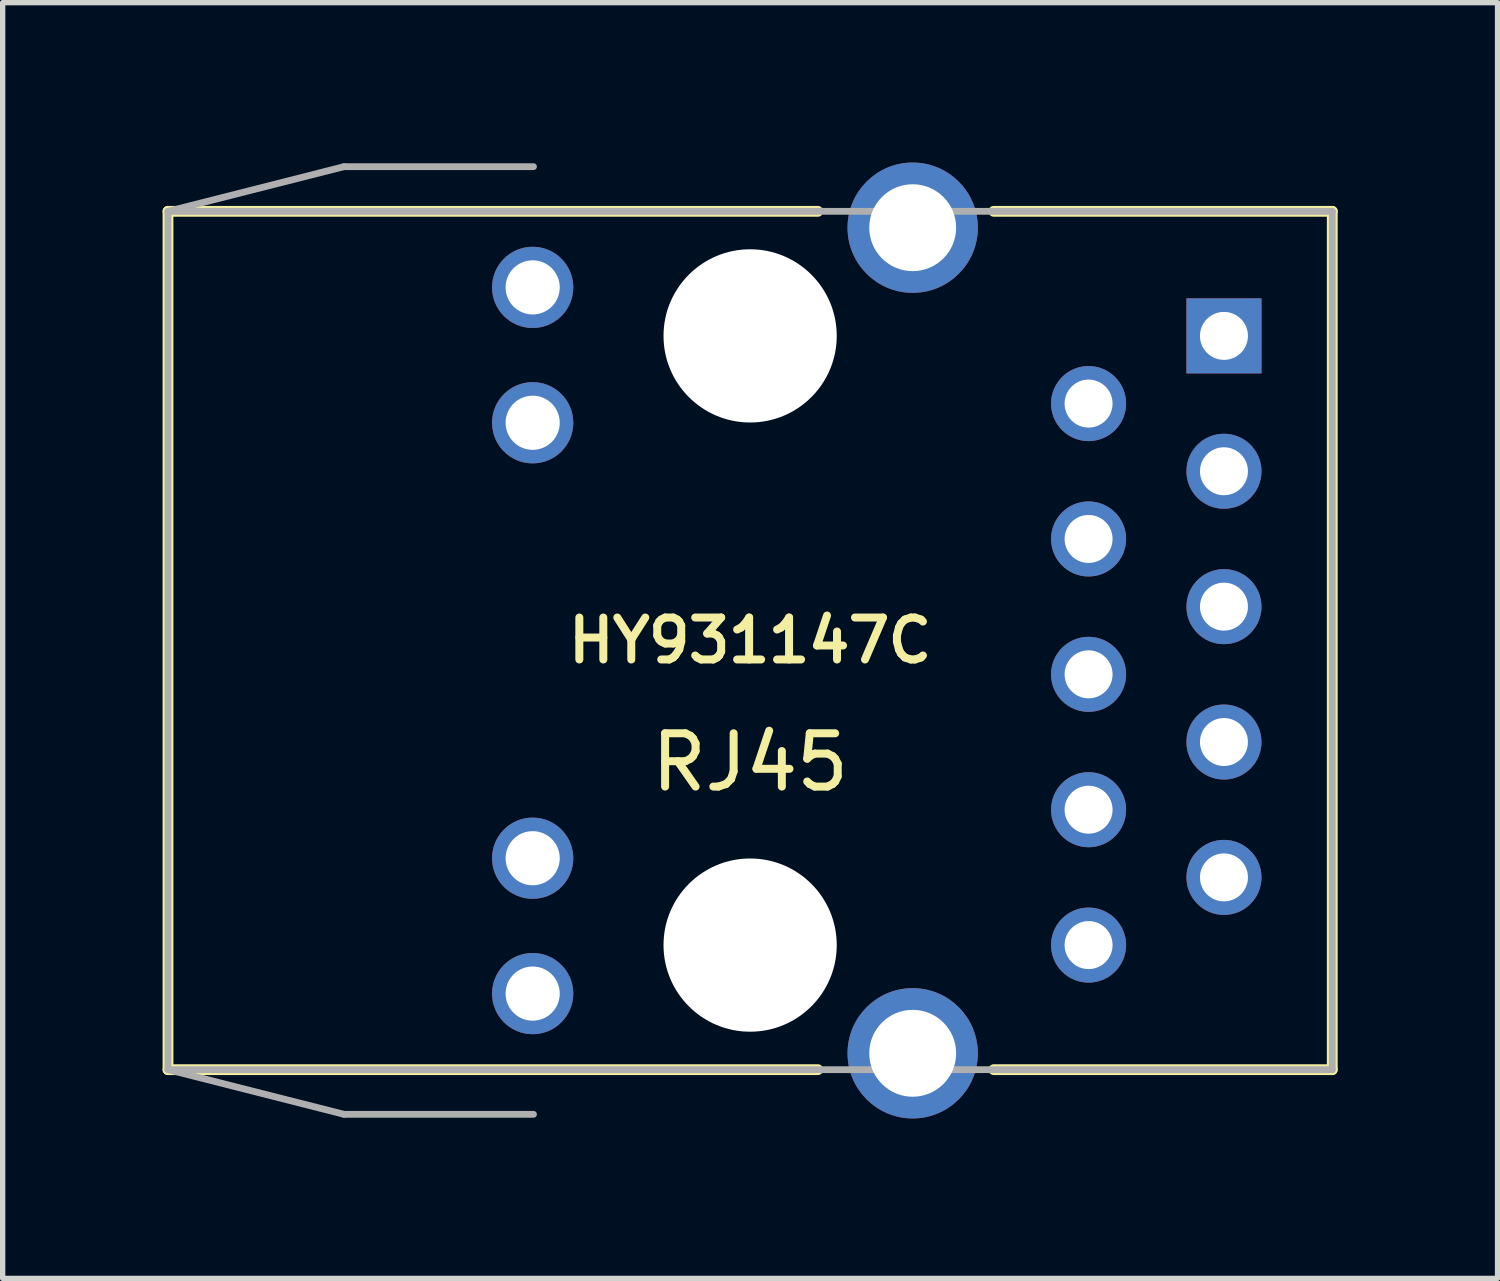
<source format=kicad_pcb>
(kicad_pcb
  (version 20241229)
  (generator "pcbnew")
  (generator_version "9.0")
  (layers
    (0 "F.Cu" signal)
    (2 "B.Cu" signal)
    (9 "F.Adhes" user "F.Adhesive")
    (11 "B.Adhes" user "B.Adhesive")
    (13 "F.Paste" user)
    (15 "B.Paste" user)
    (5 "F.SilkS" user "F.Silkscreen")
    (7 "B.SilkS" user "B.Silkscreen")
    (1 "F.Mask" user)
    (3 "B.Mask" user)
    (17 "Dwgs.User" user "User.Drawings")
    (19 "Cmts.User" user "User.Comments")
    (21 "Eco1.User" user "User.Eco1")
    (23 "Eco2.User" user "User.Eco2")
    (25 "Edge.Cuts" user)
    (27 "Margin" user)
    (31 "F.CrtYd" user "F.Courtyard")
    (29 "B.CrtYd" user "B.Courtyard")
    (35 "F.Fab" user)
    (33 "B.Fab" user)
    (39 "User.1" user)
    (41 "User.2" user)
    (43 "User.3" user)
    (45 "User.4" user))
  (footprint "HY931147C"
    (layer "F.Cu")
    (at 11.024 8.967)
    (property "Reference" "HY931147C" (at 0 0 0) (layer "F.SilkS") (effects (font (size 0.787 0.787) (thickness 0.15))))
    (attr through_hole)
    (fp_line (start -10.922 -8.052) (end -10.922 8.052) (stroke (width 0.203) (type solid)) (layer "F.SilkS"))
    (fp_line (start -10.922 -8.052) (end 1.27 -8.052) (stroke (width 0.203) (type solid)) (layer "F.SilkS"))
    (fp_line (start -10.922 8.052) (end 1.27 8.052) (stroke (width 0.203) (type solid)) (layer "F.SilkS"))
    (fp_line (start 4.572 -8.052) (end 10.922 -8.052) (stroke (width 0.203) (type solid)) (layer "F.SilkS"))
    (fp_line (start 4.572 8.052) (end 10.922 8.052) (stroke (width 0.203) (type solid)) (layer "F.SilkS"))
    (fp_line (start 10.922 -8.052) (end 10.922 8.052) (stroke (width 0.203) (type solid)) (layer "F.SilkS"))
    (fp_line (start -10.922 -8.052) (end -10.922 8.052) (stroke (width 0.127) (type solid)) (layer "F.Fab"))
    (fp_line (start -10.922 -8.052) (end 10.922 -8.052) (stroke (width 0.127) (type solid)) (layer "F.Fab"))
    (fp_line (start -10.922 8.052) (end 10.922 8.052) (stroke (width 0.127) (type solid)) (layer "F.Fab"))
    (fp_line (start -7.62 -8.89) (end -10.922 -8.052) (stroke (width 0.127) (type solid)) (layer "F.Fab"))
    (fp_line (start -7.62 -8.89) (end -4.064 -8.89) (stroke (width 0.127) (type solid)) (layer "F.Fab"))
    (fp_line (start -7.62 8.89) (end -10.922 8.052) (stroke (width 0.127) (type solid)) (layer "F.Fab"))
    (fp_line (start -7.62 8.89) (end -4.064 8.89) (stroke (width 0.127) (type solid)) (layer "F.Fab"))
    (fp_line (start 10.922 -8.052) (end 10.922 8.052) (stroke (width 0.127) (type solid)) (layer "F.Fab"))
    (fp_text user "RJ45" (at 0 2.286 0) (layer "F.SilkS") (effects (font (size 1 1) (thickness 0.15))))
    (pad "" np_thru_hole circle (at 0 -5.715) (size 3.25 3.25) (drill 3.25) (layers "*.Cu" "*.Mask"))
    (pad "" np_thru_hole circle (at 0 5.715) (size 3.25 3.25) (drill 3.25) (layers "*.Cu" "*.Mask"))
    (pad "GND1" thru_hole circle (at 3.05 -7.745) (size 2.445 2.445) (drill 1.63) (layers "*.Cu" "*.Mask"))
    (pad "GND2" thru_hole circle (at 3.05 7.745) (size 2.445 2.445) (drill 1.63) (layers "*.Cu" "*.Mask"))
    (pad "P$1" thru_hole rect (at 8.89 -5.715) (size 1.408 1.408) (drill 0.9) (layers "*.Cu" "*.Mask"))
    (pad "P$2" thru_hole circle (at 6.35 -4.445) (size 1.408 1.408) (drill 0.9) (layers "*.Cu" "*.Mask"))
    (pad "P$3" thru_hole circle (at 8.89 -3.175) (size 1.408 1.408) (drill 0.9) (layers "*.Cu" "*.Mask"))
    (pad "P$4" thru_hole circle (at 6.35 -1.905) (size 1.408 1.408) (drill 0.9) (layers "*.Cu" "*.Mask"))
    (pad "P$5" thru_hole circle (at 8.89 -0.635) (size 1.408 1.408) (drill 0.9) (layers "*.Cu" "*.Mask"))
    (pad "P$6" thru_hole circle (at 6.35 0.635) (size 1.408 1.408) (drill 0.9) (layers "*.Cu" "*.Mask"))
    (pad "P$7" thru_hole circle (at 8.89 1.905) (size 1.408 1.408) (drill 0.9) (layers "*.Cu" "*.Mask"))
    (pad "P$8" thru_hole circle (at 6.35 3.175) (size 1.408 1.408) (drill 0.9) (layers "*.Cu" "*.Mask"))
    (pad "P$9" thru_hole circle (at 8.89 4.445) (size 1.408 1.408) (drill 0.9) (layers "*.Cu" "*.Mask"))
    (pad "P$10" thru_hole circle (at 6.35 5.715) (size 1.408 1.408) (drill 0.9) (layers "*.Cu" "*.Mask"))
    (pad "P$11" thru_hole circle (at -4.08 -6.625) (size 1.524 1.524) (drill 1.016) (layers "*.Cu" "*.Mask"))
    (pad "P$12" thru_hole circle (at -4.08 -4.085) (size 1.524 1.524) (drill 1.016) (layers "*.Cu" "*.Mask"))
    (pad "P$13" thru_hole circle (at -4.08 4.085) (size 1.524 1.524) (drill 1.016) (layers "*.Cu" "*.Mask"))
    (pad "P$14" thru_hole circle (at -4.08 6.625) (size 1.524 1.524) (drill 1.016) (layers "*.Cu" "*.Mask")))
  (gr_rect
    (start -3 -3)
    (end 25.047 20.935)
    (stroke (width 0.1) (type default))
    (fill no)
    (layer "Edge.Cuts")))
</source>
